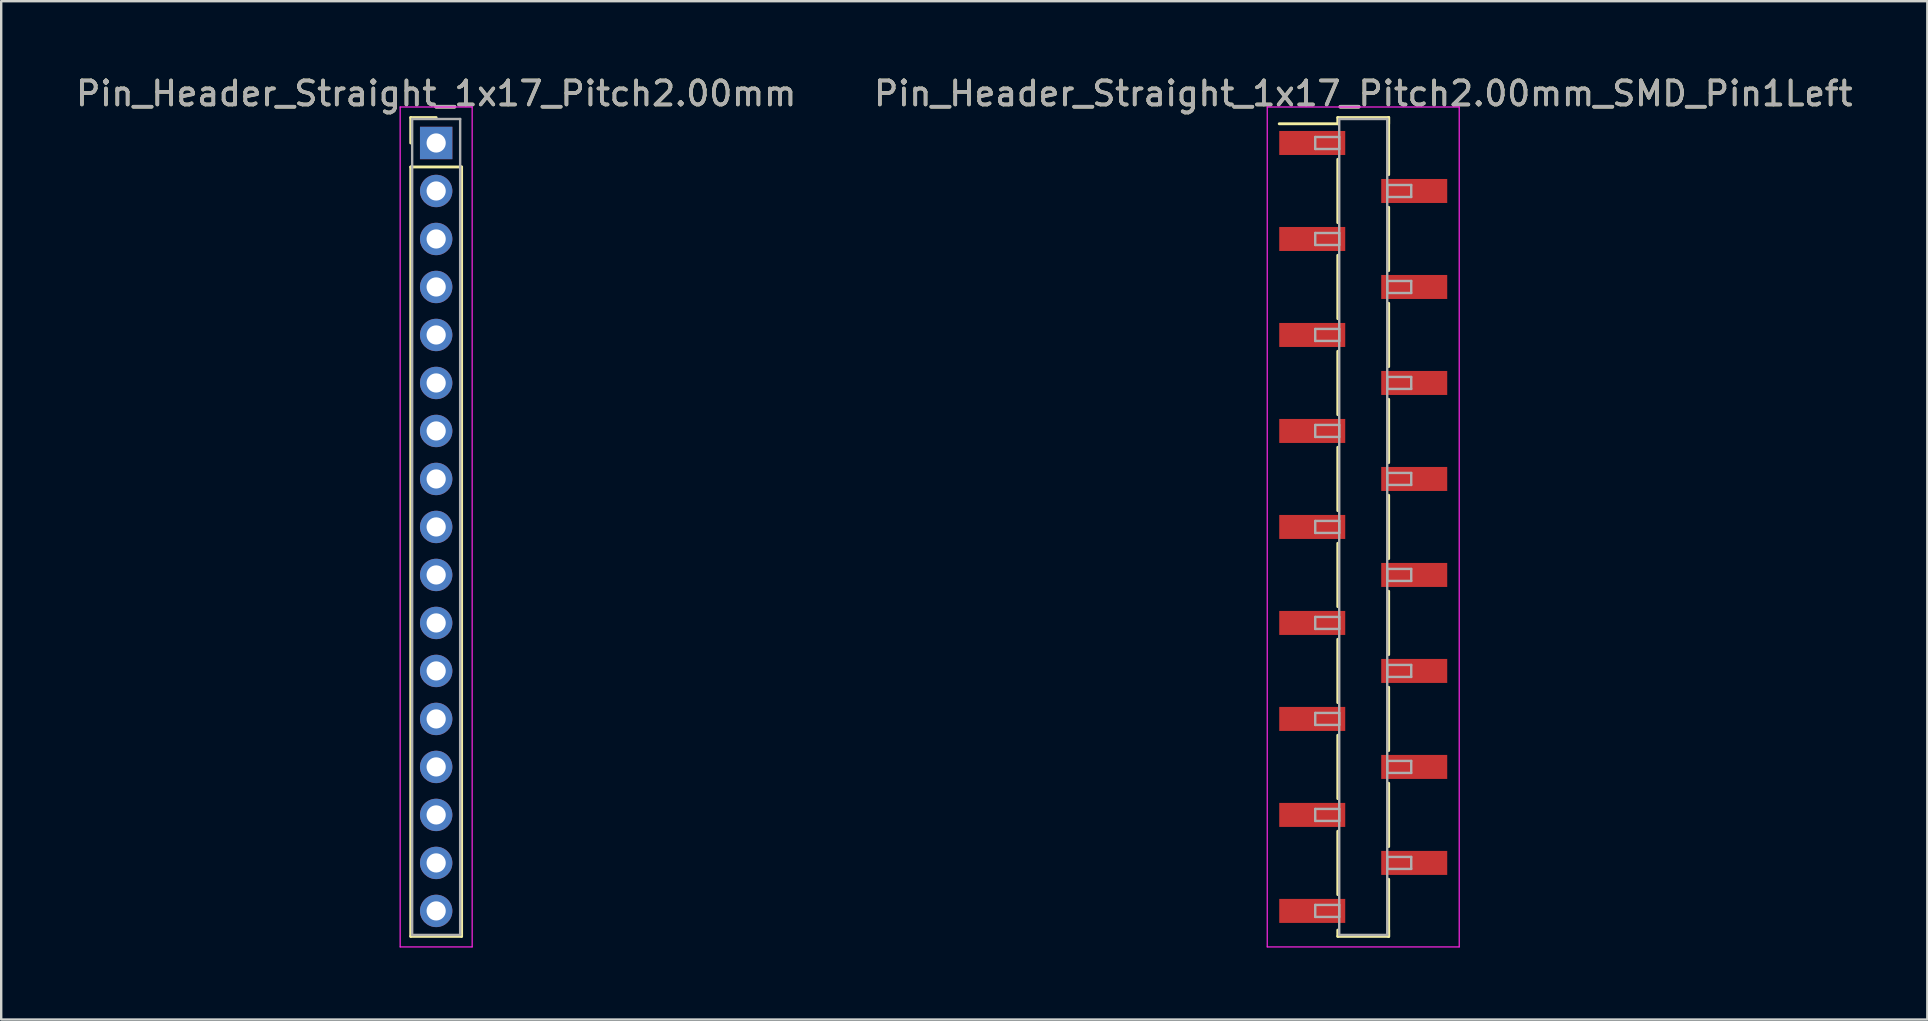
<source format=kicad_pcb>
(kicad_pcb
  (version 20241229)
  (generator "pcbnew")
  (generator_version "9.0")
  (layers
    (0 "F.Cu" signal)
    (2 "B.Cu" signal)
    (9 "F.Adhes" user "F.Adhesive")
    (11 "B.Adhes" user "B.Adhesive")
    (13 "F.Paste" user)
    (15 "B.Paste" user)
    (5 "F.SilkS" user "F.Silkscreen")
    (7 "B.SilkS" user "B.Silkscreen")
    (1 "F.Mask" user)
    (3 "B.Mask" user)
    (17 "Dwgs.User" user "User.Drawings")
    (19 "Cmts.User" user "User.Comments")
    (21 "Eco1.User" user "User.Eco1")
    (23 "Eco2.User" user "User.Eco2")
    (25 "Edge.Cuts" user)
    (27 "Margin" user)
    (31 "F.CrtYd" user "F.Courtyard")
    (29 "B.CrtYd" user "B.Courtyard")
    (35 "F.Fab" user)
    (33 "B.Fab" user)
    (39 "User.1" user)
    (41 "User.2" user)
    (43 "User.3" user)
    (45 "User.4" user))
  (footprint "Pin_Header_Straight_1x17_Pitch2.00mm_SMD_Pin1Left"
    (layer "F.Cu")
    (at 53.756 18.908)
    (property "Reference" "Pin_Header_Straight_1x17_Pitch2.00mm_SMD_Pin1Left" (at 0 -18.06 0) (layer "F.SilkS") (effects (font (size 1 1) (thickness 0.15))))
    (attr smd)
    (fp_line (start -1.06 -17.06) (end 1.06 -17.06) (stroke (width 0.12) (type solid)) (layer "F.SilkS"))
    (fp_line (start -1.06 -16.8) (end -3.5 -16.8) (stroke (width 0.12) (type solid)) (layer "F.SilkS"))
    (fp_line (start -1.06 -16.8) (end -1.06 -17.06) (stroke (width 0.12) (type solid)) (layer "F.SilkS"))
    (fp_line (start -1.06 -15.32) (end -1.06 -12.68) (stroke (width 0.12) (type solid)) (layer "F.SilkS"))
    (fp_line (start -1.06 -11.32) (end -1.06 -8.68) (stroke (width 0.12) (type solid)) (layer "F.SilkS"))
    (fp_line (start -1.06 -7.32) (end -1.06 -4.68) (stroke (width 0.12) (type solid)) (layer "F.SilkS"))
    (fp_line (start -1.06 -3.32) (end -1.06 -0.68) (stroke (width 0.12) (type solid)) (layer "F.SilkS"))
    (fp_line (start -1.06 0.68) (end -1.06 3.32) (stroke (width 0.12) (type solid)) (layer "F.SilkS"))
    (fp_line (start -1.06 4.68) (end -1.06 7.32) (stroke (width 0.12) (type solid)) (layer "F.SilkS"))
    (fp_line (start -1.06 8.68) (end -1.06 11.32) (stroke (width 0.12) (type solid)) (layer "F.SilkS"))
    (fp_line (start -1.06 12.68) (end -1.06 15.32) (stroke (width 0.12) (type solid)) (layer "F.SilkS"))
    (fp_line (start -1.06 16.8) (end -1.06 17.06) (stroke (width 0.12) (type solid)) (layer "F.SilkS"))
    (fp_line (start -1.06 17.06) (end 1.06 17.06) (stroke (width 0.12) (type solid)) (layer "F.SilkS"))
    (fp_line (start 1.06 -17.06) (end 1.06 -16.8) (stroke (width 0.12) (type solid)) (layer "F.SilkS"))
    (fp_line (start 1.06 -17.06) (end 1.06 -14.68) (stroke (width 0.12) (type solid)) (layer "F.SilkS"))
    (fp_line (start 1.06 -13.32) (end 1.06 -10.68) (stroke (width 0.12) (type solid)) (layer "F.SilkS"))
    (fp_line (start 1.06 -9.32) (end 1.06 -6.68) (stroke (width 0.12) (type solid)) (layer "F.SilkS"))
    (fp_line (start 1.06 -5.32) (end 1.06 -2.68) (stroke (width 0.12) (type solid)) (layer "F.SilkS"))
    (fp_line (start 1.06 -1.32) (end 1.06 1.32) (stroke (width 0.12) (type solid)) (layer "F.SilkS"))
    (fp_line (start 1.06 2.68) (end 1.06 5.32) (stroke (width 0.12) (type solid)) (layer "F.SilkS"))
    (fp_line (start 1.06 6.68) (end 1.06 9.32) (stroke (width 0.12) (type solid)) (layer "F.SilkS"))
    (fp_line (start 1.06 10.68) (end 1.06 13.32) (stroke (width 0.12) (type solid)) (layer "F.SilkS"))
    (fp_line (start 1.06 14.68) (end 1.06 17.06) (stroke (width 0.12) (type solid)) (layer "F.SilkS"))
    (fp_line (start 1.06 17.06) (end 1.06 16.8) (stroke (width 0.12) (type solid)) (layer "F.SilkS"))
    (fp_line (start -4 -17.5) (end -4 17.5) (stroke (width 0.05) (type solid)) (layer "F.CrtYd"))
    (fp_line (start -4 17.5) (end 4 17.5) (stroke (width 0.05) (type solid)) (layer "F.CrtYd"))
    (fp_line (start 4 -17.5) (end -4 -17.5) (stroke (width 0.05) (type solid)) (layer "F.CrtYd"))
    (fp_line (start 4 17.5) (end 4 -17.5) (stroke (width 0.05) (type solid)) (layer "F.CrtYd"))
    (fp_line (start -2 -16.25) (end -1 -16.25) (stroke (width 0.1) (type solid)) (layer "F.Fab"))
    (fp_line (start -2 -15.75) (end -2 -16.25) (stroke (width 0.1) (type solid)) (layer "F.Fab"))
    (fp_line (start -2 -12.25) (end -1 -12.25) (stroke (width 0.1) (type solid)) (layer "F.Fab"))
    (fp_line (start -2 -11.75) (end -2 -12.25) (stroke (width 0.1) (type solid)) (layer "F.Fab"))
    (fp_line (start -2 -8.25) (end -1 -8.25) (stroke (width 0.1) (type solid)) (layer "F.Fab"))
    (fp_line (start -2 -7.75) (end -2 -8.25) (stroke (width 0.1) (type solid)) (layer "F.Fab"))
    (fp_line (start -2 -4.25) (end -1 -4.25) (stroke (width 0.1) (type solid)) (layer "F.Fab"))
    (fp_line (start -2 -3.75) (end -2 -4.25) (stroke (width 0.1) (type solid)) (layer "F.Fab"))
    (fp_line (start -2 -0.25) (end -1 -0.25) (stroke (width 0.1) (type solid)) (layer "F.Fab"))
    (fp_line (start -2 0.25) (end -2 -0.25) (stroke (width 0.1) (type solid)) (layer "F.Fab"))
    (fp_line (start -2 3.75) (end -1 3.75) (stroke (width 0.1) (type solid)) (layer "F.Fab"))
    (fp_line (start -2 4.25) (end -2 3.75) (stroke (width 0.1) (type solid)) (layer "F.Fab"))
    (fp_line (start -2 7.75) (end -1 7.75) (stroke (width 0.1) (type solid)) (layer "F.Fab"))
    (fp_line (start -2 8.25) (end -2 7.75) (stroke (width 0.1) (type solid)) (layer "F.Fab"))
    (fp_line (start -2 11.75) (end -1 11.75) (stroke (width 0.1) (type solid)) (layer "F.Fab"))
    (fp_line (start -2 12.25) (end -2 11.75) (stroke (width 0.1) (type solid)) (layer "F.Fab"))
    (fp_line (start -2 15.75) (end -1 15.75) (stroke (width 0.1) (type solid)) (layer "F.Fab"))
    (fp_line (start -2 16.25) (end -2 15.75) (stroke (width 0.1) (type solid)) (layer "F.Fab"))
    (fp_line (start -1 -17) (end -1 17) (stroke (width 0.1) (type solid)) (layer "F.Fab"))
    (fp_line (start -1 -16.25) (end -1 -15.75) (stroke (width 0.1) (type solid)) (layer "F.Fab"))
    (fp_line (start -1 -15.75) (end -2 -15.75) (stroke (width 0.1) (type solid)) (layer "F.Fab"))
    (fp_line (start -1 -12.25) (end -1 -11.75) (stroke (width 0.1) (type solid)) (layer "F.Fab"))
    (fp_line (start -1 -11.75) (end -2 -11.75) (stroke (width 0.1) (type solid)) (layer "F.Fab"))
    (fp_line (start -1 -8.25) (end -1 -7.75) (stroke (width 0.1) (type solid)) (layer "F.Fab"))
    (fp_line (start -1 -7.75) (end -2 -7.75) (stroke (width 0.1) (type solid)) (layer "F.Fab"))
    (fp_line (start -1 -4.25) (end -1 -3.75) (stroke (width 0.1) (type solid)) (layer "F.Fab"))
    (fp_line (start -1 -3.75) (end -2 -3.75) (stroke (width 0.1) (type solid)) (layer "F.Fab"))
    (fp_line (start -1 -0.25) (end -1 0.25) (stroke (width 0.1) (type solid)) (layer "F.Fab"))
    (fp_line (start -1 0.25) (end -2 0.25) (stroke (width 0.1) (type solid)) (layer "F.Fab"))
    (fp_line (start -1 3.75) (end -1 4.25) (stroke (width 0.1) (type solid)) (layer "F.Fab"))
    (fp_line (start -1 4.25) (end -2 4.25) (stroke (width 0.1) (type solid)) (layer "F.Fab"))
    (fp_line (start -1 7.75) (end -1 8.25) (stroke (width 0.1) (type solid)) (layer "F.Fab"))
    (fp_line (start -1 8.25) (end -2 8.25) (stroke (width 0.1) (type solid)) (layer "F.Fab"))
    (fp_line (start -1 11.75) (end -1 12.25) (stroke (width 0.1) (type solid)) (layer "F.Fab"))
    (fp_line (start -1 12.25) (end -2 12.25) (stroke (width 0.1) (type solid)) (layer "F.Fab"))
    (fp_line (start -1 15.75) (end -1 16.25) (stroke (width 0.1) (type solid)) (layer "F.Fab"))
    (fp_line (start -1 16.25) (end -2 16.25) (stroke (width 0.1) (type solid)) (layer "F.Fab"))
    (fp_line (start -1 17) (end 1 17) (stroke (width 0.1) (type solid)) (layer "F.Fab"))
    (fp_line (start 1 -17) (end -1 -17) (stroke (width 0.1) (type solid)) (layer "F.Fab"))
    (fp_line (start 1 -14.25) (end 1 -13.75) (stroke (width 0.1) (type solid)) (layer "F.Fab"))
    (fp_line (start 1 -13.75) (end 2 -13.75) (stroke (width 0.1) (type solid)) (layer "F.Fab"))
    (fp_line (start 1 -10.25) (end 1 -9.75) (stroke (width 0.1) (type solid)) (layer "F.Fab"))
    (fp_line (start 1 -9.75) (end 2 -9.75) (stroke (width 0.1) (type solid)) (layer "F.Fab"))
    (fp_line (start 1 -6.25) (end 1 -5.75) (stroke (width 0.1) (type solid)) (layer "F.Fab"))
    (fp_line (start 1 -5.75) (end 2 -5.75) (stroke (width 0.1) (type solid)) (layer "F.Fab"))
    (fp_line (start 1 -2.25) (end 1 -1.75) (stroke (width 0.1) (type solid)) (layer "F.Fab"))
    (fp_line (start 1 -1.75) (end 2 -1.75) (stroke (width 0.1) (type solid)) (layer "F.Fab"))
    (fp_line (start 1 1.75) (end 1 2.25) (stroke (width 0.1) (type solid)) (layer "F.Fab"))
    (fp_line (start 1 2.25) (end 2 2.25) (stroke (width 0.1) (type solid)) (layer "F.Fab"))
    (fp_line (start 1 5.75) (end 1 6.25) (stroke (width 0.1) (type solid)) (layer "F.Fab"))
    (fp_line (start 1 6.25) (end 2 6.25) (stroke (width 0.1) (type solid)) (layer "F.Fab"))
    (fp_line (start 1 9.75) (end 1 10.25) (stroke (width 0.1) (type solid)) (layer "F.Fab"))
    (fp_line (start 1 10.25) (end 2 10.25) (stroke (width 0.1) (type solid)) (layer "F.Fab"))
    (fp_line (start 1 13.75) (end 1 14.25) (stroke (width 0.1) (type solid)) (layer "F.Fab"))
    (fp_line (start 1 14.25) (end 2 14.25) (stroke (width 0.1) (type solid)) (layer "F.Fab"))
    (fp_line (start 1 17) (end 1 -17) (stroke (width 0.1) (type solid)) (layer "F.Fab"))
    (fp_line (start 2 -14.25) (end 1 -14.25) (stroke (width 0.1) (type solid)) (layer "F.Fab"))
    (fp_line (start 2 -13.75) (end 2 -14.25) (stroke (width 0.1) (type solid)) (layer "F.Fab"))
    (fp_line (start 2 -10.25) (end 1 -10.25) (stroke (width 0.1) (type solid)) (layer "F.Fab"))
    (fp_line (start 2 -9.75) (end 2 -10.25) (stroke (width 0.1) (type solid)) (layer "F.Fab"))
    (fp_line (start 2 -6.25) (end 1 -6.25) (stroke (width 0.1) (type solid)) (layer "F.Fab"))
    (fp_line (start 2 -5.75) (end 2 -6.25) (stroke (width 0.1) (type solid)) (layer "F.Fab"))
    (fp_line (start 2 -2.25) (end 1 -2.25) (stroke (width 0.1) (type solid)) (layer "F.Fab"))
    (fp_line (start 2 -1.75) (end 2 -2.25) (stroke (width 0.1) (type solid)) (layer "F.Fab"))
    (fp_line (start 2 1.75) (end 1 1.75) (stroke (width 0.1) (type solid)) (layer "F.Fab"))
    (fp_line (start 2 2.25) (end 2 1.75) (stroke (width 0.1) (type solid)) (layer "F.Fab"))
    (fp_line (start 2 5.75) (end 1 5.75) (stroke (width 0.1) (type solid)) (layer "F.Fab"))
    (fp_line (start 2 6.25) (end 2 5.75) (stroke (width 0.1) (type solid)) (layer "F.Fab"))
    (fp_line (start 2 9.75) (end 1 9.75) (stroke (width 0.1) (type solid)) (layer "F.Fab"))
    (fp_line (start 2 10.25) (end 2 9.75) (stroke (width 0.1) (type solid)) (layer "F.Fab"))
    (fp_line (start 2 13.75) (end 1 13.75) (stroke (width 0.1) (type solid)) (layer "F.Fab"))
    (fp_line (start 2 14.25) (end 2 13.75) (stroke (width 0.1) (type solid)) (layer "F.Fab"))
    (fp_text user "${REFERENCE}" (at 0 -18.06 0) (layer "F.Fab") (effects (font (size 1 1) (thickness 0.15))))
    (pad "1" smd rect (at -2.125 -16) (size 2.75 1) (layers "F.Cu" "F.Mask" "F.Paste"))
    (pad "2" smd rect (at 2.125 -14) (size 2.75 1) (layers "F.Cu" "F.Mask" "F.Paste"))
    (pad "3" smd rect (at -2.125 -12) (size 2.75 1) (layers "F.Cu" "F.Mask" "F.Paste"))
    (pad "4" smd rect (at 2.125 -10) (size 2.75 1) (layers "F.Cu" "F.Mask" "F.Paste"))
    (pad "5" smd rect (at -2.125 -8) (size 2.75 1) (layers "F.Cu" "F.Mask" "F.Paste"))
    (pad "6" smd rect (at 2.125 -6) (size 2.75 1) (layers "F.Cu" "F.Mask" "F.Paste"))
    (pad "7" smd rect (at -2.125 -4) (size 2.75 1) (layers "F.Cu" "F.Mask" "F.Paste"))
    (pad "8" smd rect (at 2.125 -2) (size 2.75 1) (layers "F.Cu" "F.Mask" "F.Paste"))
    (pad "9" smd rect (at -2.125 0) (size 2.75 1) (layers "F.Cu" "F.Mask" "F.Paste"))
    (pad "10" smd rect (at 2.125 2) (size 2.75 1) (layers "F.Cu" "F.Mask" "F.Paste"))
    (pad "11" smd rect (at -2.125 4) (size 2.75 1) (layers "F.Cu" "F.Mask" "F.Paste"))
    (pad "12" smd rect (at 2.125 6) (size 2.75 1) (layers "F.Cu" "F.Mask" "F.Paste"))
    (pad "13" smd rect (at -2.125 8) (size 2.75 1) (layers "F.Cu" "F.Mask" "F.Paste"))
    (pad "14" smd rect (at 2.125 10) (size 2.75 1) (layers "F.Cu" "F.Mask" "F.Paste"))
    (pad "15" smd rect (at -2.125 12) (size 2.75 1) (layers "F.Cu" "F.Mask" "F.Paste"))
    (pad "16" smd rect (at 2.125 14) (size 2.75 1) (layers "F.Cu" "F.Mask" "F.Paste"))
    (pad "17" smd rect (at -2.125 16) (size 2.75 1) (layers "F.Cu" "F.Mask" "F.Paste")))
  (footprint "Pin_Header_Straight_1x17_Pitch2.00mm"
    (layer "F.Cu")
    (at 15.125 2.908)
    (property "Reference" "Pin_Header_Straight_1x17_Pitch2.00mm" (at 0 -2.06 0) (layer "F.SilkS") (effects (font (size 1 1) (thickness 0.15))))
    (attr through_hole)
    (fp_line (start -1.06 -1.06) (end 0 -1.06) (stroke (width 0.12) (type solid)) (layer "F.SilkS"))
    (fp_line (start -1.06 0) (end -1.06 -1.06) (stroke (width 0.12) (type solid)) (layer "F.SilkS"))
    (fp_line (start -1.06 1) (end -1.06 33.06) (stroke (width 0.12) (type solid)) (layer "F.SilkS"))
    (fp_line (start -1.06 33.06) (end 1.06 33.06) (stroke (width 0.12) (type solid)) (layer "F.SilkS"))
    (fp_line (start 1.06 1) (end -1.06 1) (stroke (width 0.12) (type solid)) (layer "F.SilkS"))
    (fp_line (start 1.06 33.06) (end 1.06 1) (stroke (width 0.12) (type solid)) (layer "F.SilkS"))
    (fp_line (start -1.5 -1.5) (end -1.5 33.5) (stroke (width 0.05) (type solid)) (layer "F.CrtYd"))
    (fp_line (start -1.5 33.5) (end 1.5 33.5) (stroke (width 0.05) (type solid)) (layer "F.CrtYd"))
    (fp_line (start 1.5 -1.5) (end -1.5 -1.5) (stroke (width 0.05) (type solid)) (layer "F.CrtYd"))
    (fp_line (start 1.5 33.5) (end 1.5 -1.5) (stroke (width 0.05) (type solid)) (layer "F.CrtYd"))
    (fp_line (start -1 -1) (end -1 33) (stroke (width 0.1) (type solid)) (layer "F.Fab"))
    (fp_line (start -1 33) (end 1 33) (stroke (width 0.1) (type solid)) (layer "F.Fab"))
    (fp_line (start 1 -1) (end -1 -1) (stroke (width 0.1) (type solid)) (layer "F.Fab"))
    (fp_line (start 1 33) (end 1 -1) (stroke (width 0.1) (type solid)) (layer "F.Fab"))
    (fp_text user "${REFERENCE}" (at 0 -2.06 0) (layer "F.Fab") (effects (font (size 1 1) (thickness 0.15))))
    (pad "1" thru_hole rect (at 0 0) (size 1.35 1.35) (drill 0.8) (layers "*.Cu" "*.Mask"))
    (pad "2" thru_hole oval (at 0 2) (size 1.35 1.35) (drill 0.8) (layers "*.Cu" "*.Mask"))
    (pad "3" thru_hole oval (at 0 4) (size 1.35 1.35) (drill 0.8) (layers "*.Cu" "*.Mask"))
    (pad "4" thru_hole oval (at 0 6) (size 1.35 1.35) (drill 0.8) (layers "*.Cu" "*.Mask"))
    (pad "5" thru_hole oval (at 0 8) (size 1.35 1.35) (drill 0.8) (layers "*.Cu" "*.Mask"))
    (pad "6" thru_hole oval (at 0 10) (size 1.35 1.35) (drill 0.8) (layers "*.Cu" "*.Mask"))
    (pad "7" thru_hole oval (at 0 12) (size 1.35 1.35) (drill 0.8) (layers "*.Cu" "*.Mask"))
    (pad "8" thru_hole oval (at 0 14) (size 1.35 1.35) (drill 0.8) (layers "*.Cu" "*.Mask"))
    (pad "9" thru_hole oval (at 0 16) (size 1.35 1.35) (drill 0.8) (layers "*.Cu" "*.Mask"))
    (pad "10" thru_hole oval (at 0 18) (size 1.35 1.35) (drill 0.8) (layers "*.Cu" "*.Mask"))
    (pad "11" thru_hole oval (at 0 20) (size 1.35 1.35) (drill 0.8) (layers "*.Cu" "*.Mask"))
    (pad "12" thru_hole oval (at 0 22) (size 1.35 1.35) (drill 0.8) (layers "*.Cu" "*.Mask"))
    (pad "13" thru_hole oval (at 0 24) (size 1.35 1.35) (drill 0.8) (layers "*.Cu" "*.Mask"))
    (pad "14" thru_hole oval (at 0 26) (size 1.35 1.35) (drill 0.8) (layers "*.Cu" "*.Mask"))
    (pad "15" thru_hole oval (at 0 28) (size 1.35 1.35) (drill 0.8) (layers "*.Cu" "*.Mask"))
    (pad "16" thru_hole oval (at 0 30) (size 1.35 1.35) (drill 0.8) (layers "*.Cu" "*.Mask"))
    (pad "17" thru_hole oval (at 0 32) (size 1.35 1.35) (drill 0.8) (layers "*.Cu" "*.Mask")))
  (gr_rect
    (start -3 -3)
    (end 77.262 39.433)
    (stroke (width 0.1) (type default))
    (fill no)
    (layer "Edge.Cuts")))
</source>
